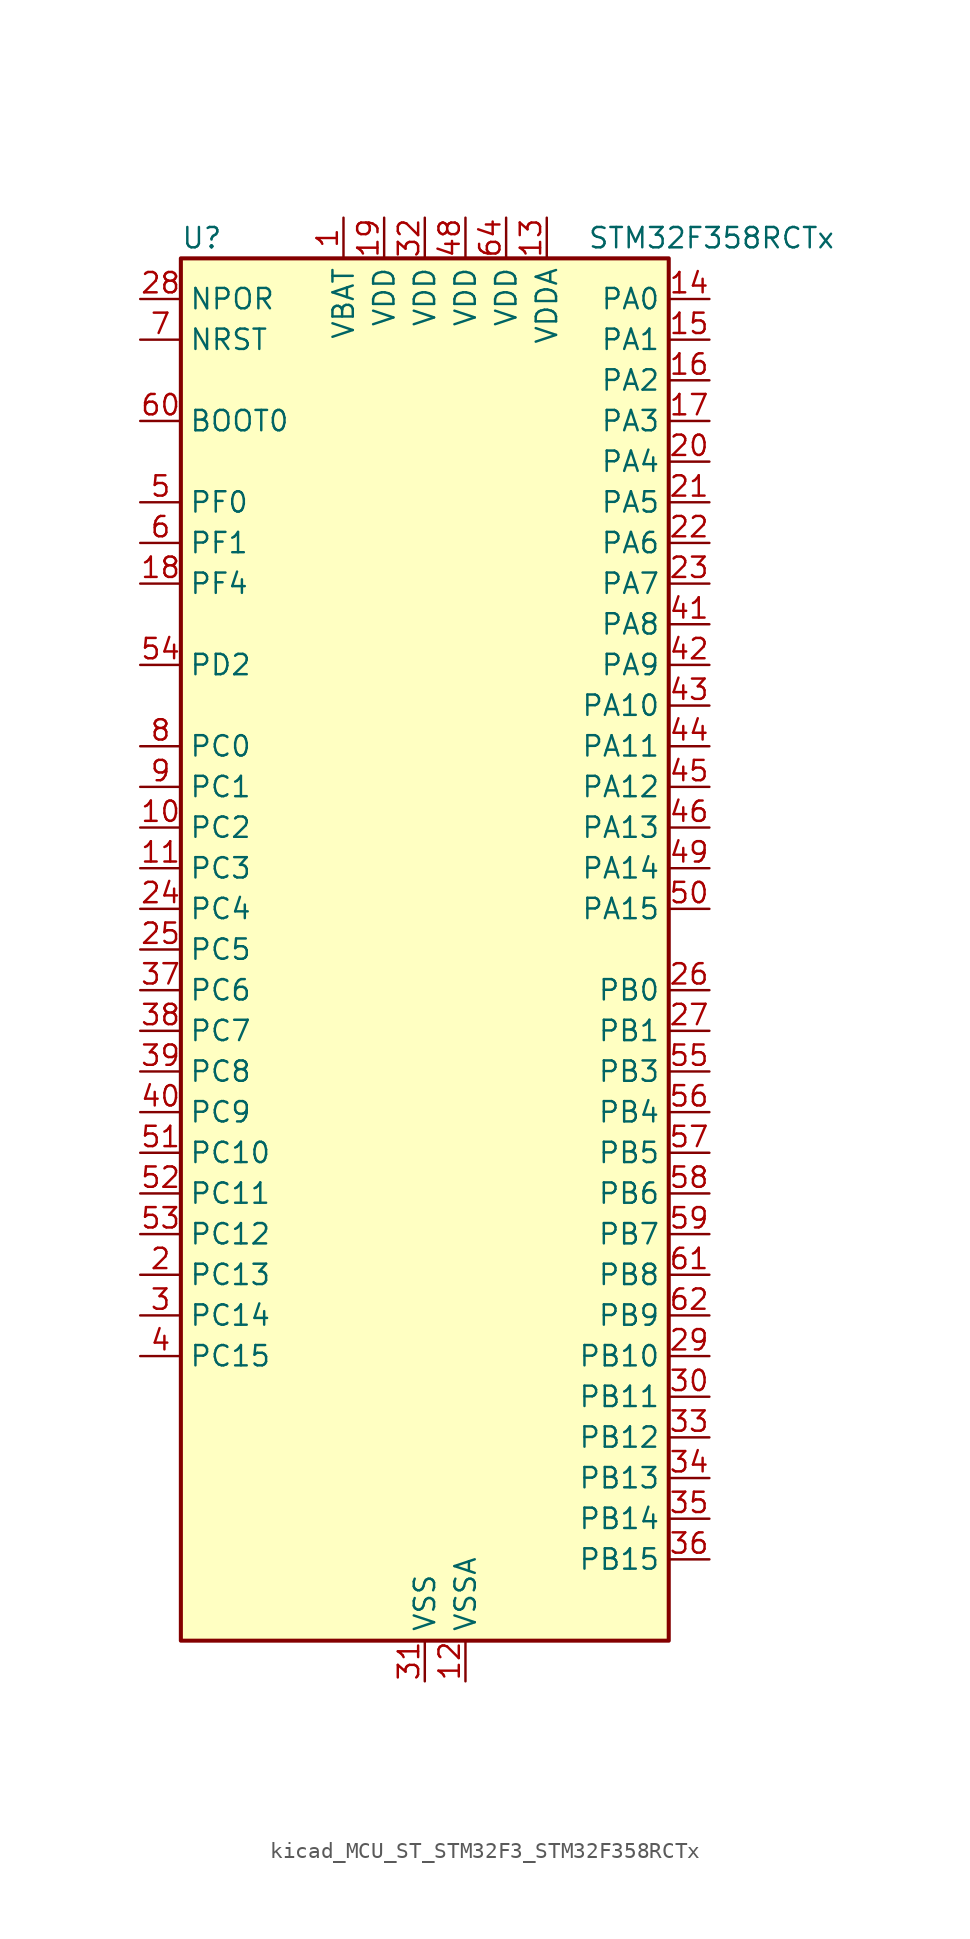
<source format=kicad_sym>
(kicad_symbol_lib
  (version 20220914)
  (generator kicad_symbol_editor)
  (symbol "kicad_MCU_ST_STM32F3_STM32F358RCTx"
    (property "Reference" "U"
      (at -15.24 44.45 0)
      (effects (font (size 1.27 1.27)) (justify left)))
    (property "Value" "STM32F358RCTx"
      (at 10.16 44.45 0)
      (effects (font (size 1.27 1.27)) (justify left)))
    (property "ki_locked" ""
      (at 0 0 0)
      (effects (font (size 1.27 1.27))))
    (symbol "kicad_MCU_ST_STM32F3_STM32F358RCTx_0_1"
      (rectangle (start -15.24 -43.18) (end 15.24 43.18) (stroke (width 0.254) (type default)) (fill (type background))))
    (symbol "kicad_MCU_ST_STM32F3_STM32F358RCTx_1_1"
      (pin power_in line (at -5.08 45.72 270) (length 2.54) (name "VBAT" (effects (font (size 1.27 1.27)))) (number "1" (effects (font (size 1.27 1.27)))))
      (pin bidirectional line (at -17.78 7.62 0) (length 2.54) (name "PC2" (effects (font (size 1.27 1.27)))) (number "10" (effects (font (size 1.27 1.27)))) (alternate "ADC1_IN8" bidirectional line) (alternate "ADC2_IN8" bidirectional line) (alternate "ADC3_EXTI2" bidirectional line) (alternate "ADC4_EXTI2" bidirectional line) (alternate "COMP7_OUT" bidirectional line))
      (pin bidirectional line (at -17.78 5.08 0) (length 2.54) (name "PC3" (effects (font (size 1.27 1.27)))) (number "11" (effects (font (size 1.27 1.27)))) (alternate "ADC1_IN9" bidirectional line) (alternate "ADC2_IN9" bidirectional line) (alternate "TIM1_BKIN2" bidirectional line))
      (pin power_in line (at 2.54 -45.72 90) (length 2.54) (name "VSSA" (effects (font (size 1.27 1.27)))) (number "12" (effects (font (size 1.27 1.27)))))
      (pin power_in line (at 7.62 45.72 270) (length 2.54) (name "VDDA" (effects (font (size 1.27 1.27)))) (number "13" (effects (font (size 1.27 1.27)))))
      (pin bidirectional line (at 17.78 40.64 180) (length 2.54) (name "PA0" (effects (font (size 1.27 1.27)))) (number "14" (effects (font (size 1.27 1.27)))) (alternate "ADC1_IN1" bidirectional line) (alternate "COMP1_INM" bidirectional line) (alternate "COMP1_OUT" bidirectional line) (alternate "COMP7_INP" bidirectional line) (alternate "RTC_TAMP2" bidirectional line) (alternate "SYS_WKUP1" bidirectional line) (alternate "TIM2_CH1" bidirectional line) (alternate "TIM2_ETR" bidirectional line) (alternate "TIM8_BKIN" bidirectional line) (alternate "TIM8_ETR" bidirectional line) (alternate "TSC_G1_IO1" bidirectional line) (alternate "USART2_CTS" bidirectional line))
      (pin bidirectional line (at 17.78 38.1 180) (length 2.54) (name "PA1" (effects (font (size 1.27 1.27)))) (number "15" (effects (font (size 1.27 1.27)))) (alternate "ADC1_IN2" bidirectional line) (alternate "COMP1_INP" bidirectional line) (alternate "OPAMP1_VINP" bidirectional line) (alternate "OPAMP1_VINP_SEC" bidirectional line) (alternate "OPAMP3_VINP" bidirectional line) (alternate "OPAMP3_VINP_SEC" bidirectional line) (alternate "RTC_REFIN" bidirectional line) (alternate "TIM15_CH1N" bidirectional line) (alternate "TIM2_CH2" bidirectional line) (alternate "TSC_G1_IO2" bidirectional line) (alternate "USART2_DE" bidirectional line) (alternate "USART2_RTS" bidirectional line))
      (pin bidirectional line (at 17.78 35.56 180) (length 2.54) (name "PA2" (effects (font (size 1.27 1.27)))) (number "16" (effects (font (size 1.27 1.27)))) (alternate "ADC1_IN3" bidirectional line) (alternate "ADC3_EXTI2" bidirectional line) (alternate "ADC4_EXTI2" bidirectional line) (alternate "COMP2_INM" bidirectional line) (alternate "COMP2_OUT" bidirectional line) (alternate "OPAMP1_VOUT" bidirectional line) (alternate "TIM15_CH1" bidirectional line) (alternate "TIM2_CH3" bidirectional line) (alternate "TSC_G1_IO3" bidirectional line) (alternate "USART2_TX" bidirectional line))
      (pin bidirectional line (at 17.78 33.02 180) (length 2.54) (name "PA3" (effects (font (size 1.27 1.27)))) (number "17" (effects (font (size 1.27 1.27)))) (alternate "ADC1_IN4" bidirectional line) (alternate "COMP2_INP" bidirectional line) (alternate "OPAMP1_VINM" bidirectional line) (alternate "OPAMP1_VINM_SEC" bidirectional line) (alternate "OPAMP1_VINP" bidirectional line) (alternate "OPAMP1_VINP_SEC" bidirectional line) (alternate "TIM15_CH2" bidirectional line) (alternate "TIM2_CH4" bidirectional line) (alternate "TSC_G1_IO4" bidirectional line) (alternate "USART2_RX" bidirectional line))
      (pin bidirectional line (at -17.78 22.86 0) (length 2.54) (name "PF4" (effects (font (size 1.27 1.27)))) (number "18" (effects (font (size 1.27 1.27)))) (alternate "ADC1_IN5" bidirectional line) (alternate "COMP1_OUT" bidirectional line))
      (pin power_in line (at -2.54 45.72 270) (length 2.54) (name "VDD" (effects (font (size 1.27 1.27)))) (number "19" (effects (font (size 1.27 1.27)))))
      (pin bidirectional line (at -17.78 -20.32 0) (length 2.54) (name "PC13" (effects (font (size 1.27 1.27)))) (number "2" (effects (font (size 1.27 1.27)))) (alternate "RTC_OUT_ALARM" bidirectional line) (alternate "RTC_OUT_CALIB" bidirectional line) (alternate "RTC_TAMP1" bidirectional line) (alternate "RTC_TS" bidirectional line) (alternate "SYS_WKUP2" bidirectional line) (alternate "TIM1_CH1N" bidirectional line))
      (pin bidirectional line (at 17.78 30.48 180) (length 2.54) (name "PA4" (effects (font (size 1.27 1.27)))) (number "20" (effects (font (size 1.27 1.27)))) (alternate "ADC2_IN1" bidirectional line) (alternate "COMP1_INM" bidirectional line) (alternate "COMP2_INM" bidirectional line) (alternate "COMP3_INM" bidirectional line) (alternate "COMP4_INM" bidirectional line) (alternate "COMP5_INM" bidirectional line) (alternate "COMP6_INM" bidirectional line) (alternate "COMP7_INM" bidirectional line) (alternate "DAC_OUT1" bidirectional line) (alternate "I2S3_WS" bidirectional line) (alternate "OPAMP4_VINP" bidirectional line) (alternate "OPAMP4_VINP_SEC" bidirectional line) (alternate "SPI1_NSS" bidirectional line) (alternate "SPI3_NSS" bidirectional line) (alternate "TIM3_CH2" bidirectional line) (alternate "TSC_G2_IO1" bidirectional line) (alternate "USART2_CK" bidirectional line))
      (pin bidirectional line (at 17.78 27.94 180) (length 2.54) (name "PA5" (effects (font (size 1.27 1.27)))) (number "21" (effects (font (size 1.27 1.27)))) (alternate "ADC2_IN2" bidirectional line) (alternate "COMP1_INM" bidirectional line) (alternate "COMP2_INM" bidirectional line) (alternate "COMP3_INM" bidirectional line) (alternate "COMP4_INM" bidirectional line) (alternate "COMP5_INM" bidirectional line) (alternate "COMP6_INM" bidirectional line) (alternate "COMP7_INM" bidirectional line) (alternate "DAC_OUT2" bidirectional line) (alternate "OPAMP1_VINP" bidirectional line) (alternate "OPAMP1_VINP_SEC" bidirectional line) (alternate "OPAMP2_VINM" bidirectional line) (alternate "OPAMP2_VINM_SEC" bidirectional line) (alternate "OPAMP3_VINP" bidirectional line) (alternate "OPAMP3_VINP_SEC" bidirectional line) (alternate "SPI1_SCK" bidirectional line) (alternate "TIM2_CH1" bidirectional line) (alternate "TIM2_ETR" bidirectional line) (alternate "TSC_G2_IO2" bidirectional line))
      (pin bidirectional line (at 17.78 25.4 180) (length 2.54) (name "PA6" (effects (font (size 1.27 1.27)))) (number "22" (effects (font (size 1.27 1.27)))) (alternate "ADC2_IN3" bidirectional line) (alternate "COMP1_OUT" bidirectional line) (alternate "OPAMP2_VOUT" bidirectional line) (alternate "SPI1_MISO" bidirectional line) (alternate "TIM16_CH1" bidirectional line) (alternate "TIM1_BKIN" bidirectional line) (alternate "TIM3_CH1" bidirectional line) (alternate "TIM8_BKIN" bidirectional line) (alternate "TSC_G2_IO3" bidirectional line))
      (pin bidirectional line (at 17.78 22.86 180) (length 2.54) (name "PA7" (effects (font (size 1.27 1.27)))) (number "23" (effects (font (size 1.27 1.27)))) (alternate "ADC2_IN4" bidirectional line) (alternate "COMP2_INP" bidirectional line) (alternate "COMP2_OUT" bidirectional line) (alternate "OPAMP1_VINP" bidirectional line) (alternate "OPAMP1_VINP_SEC" bidirectional line) (alternate "OPAMP2_VINP" bidirectional line) (alternate "OPAMP2_VINP_SEC" bidirectional line) (alternate "SPI1_MOSI" bidirectional line) (alternate "TIM17_CH1" bidirectional line) (alternate "TIM1_CH1N" bidirectional line) (alternate "TIM3_CH2" bidirectional line) (alternate "TIM8_CH1N" bidirectional line) (alternate "TSC_G2_IO4" bidirectional line))
      (pin bidirectional line (at -17.78 2.54 0) (length 2.54) (name "PC4" (effects (font (size 1.27 1.27)))) (number "24" (effects (font (size 1.27 1.27)))) (alternate "ADC2_IN5" bidirectional line) (alternate "USART1_TX" bidirectional line))
      (pin bidirectional line (at -17.78 0 0) (length 2.54) (name "PC5" (effects (font (size 1.27 1.27)))) (number "25" (effects (font (size 1.27 1.27)))) (alternate "ADC2_IN11" bidirectional line) (alternate "OPAMP1_VINM" bidirectional line) (alternate "OPAMP1_VINM_SEC" bidirectional line) (alternate "OPAMP2_VINM" bidirectional line) (alternate "OPAMP2_VINM_SEC" bidirectional line) (alternate "TSC_G3_IO1" bidirectional line) (alternate "USART1_RX" bidirectional line))
      (pin bidirectional line (at 17.78 -2.54 180) (length 2.54) (name "PB0" (effects (font (size 1.27 1.27)))) (number "26" (effects (font (size 1.27 1.27)))) (alternate "ADC3_IN12" bidirectional line) (alternate "COMP4_INP" bidirectional line) (alternate "OPAMP2_VINP" bidirectional line) (alternate "OPAMP2_VINP_SEC" bidirectional line) (alternate "OPAMP3_VINP" bidirectional line) (alternate "OPAMP3_VINP_SEC" bidirectional line) (alternate "TIM1_CH2N" bidirectional line) (alternate "TIM3_CH3" bidirectional line) (alternate "TIM8_CH2N" bidirectional line) (alternate "TSC_G3_IO2" bidirectional line))
      (pin bidirectional line (at 17.78 -5.08 180) (length 2.54) (name "PB1" (effects (font (size 1.27 1.27)))) (number "27" (effects (font (size 1.27 1.27)))) (alternate "ADC3_IN1" bidirectional line) (alternate "COMP4_OUT" bidirectional line) (alternate "OPAMP3_VOUT" bidirectional line) (alternate "TIM1_CH3N" bidirectional line) (alternate "TIM3_CH4" bidirectional line) (alternate "TIM8_CH3N" bidirectional line) (alternate "TSC_G3_IO3" bidirectional line))
      (pin input line (at -17.78 40.64 0) (length 2.54) (name "NPOR" (effects (font (size 1.27 1.27)))) (number "28" (effects (font (size 1.27 1.27)))))
      (pin bidirectional line (at 17.78 -25.4 180) (length 2.54) (name "PB10" (effects (font (size 1.27 1.27)))) (number "29" (effects (font (size 1.27 1.27)))) (alternate "COMP5_INM" bidirectional line) (alternate "OPAMP3_VINM" bidirectional line) (alternate "OPAMP3_VINM_SEC" bidirectional line) (alternate "OPAMP4_VINM" bidirectional line) (alternate "OPAMP4_VINM_SEC" bidirectional line) (alternate "TIM2_CH3" bidirectional line) (alternate "TSC_SYNC" bidirectional line) (alternate "USART3_TX" bidirectional line))
      (pin bidirectional line (at -17.78 -22.86 0) (length 2.54) (name "PC14" (effects (font (size 1.27 1.27)))) (number "3" (effects (font (size 1.27 1.27)))) (alternate "RCC_OSC32_IN" bidirectional line))
      (pin bidirectional line (at 17.78 -27.94 180) (length 2.54) (name "PB11" (effects (font (size 1.27 1.27)))) (number "30" (effects (font (size 1.27 1.27)))) (alternate "ADC1_EXTI11" bidirectional line) (alternate "ADC2_EXTI11" bidirectional line) (alternate "COMP6_INP" bidirectional line) (alternate "OPAMP4_VINP" bidirectional line) (alternate "OPAMP4_VINP_SEC" bidirectional line) (alternate "TIM2_CH4" bidirectional line) (alternate "TSC_G6_IO1" bidirectional line) (alternate "USART3_RX" bidirectional line))
      (pin power_in line (at 0 -45.72 90) (length 2.54) (name "VSS" (effects (font (size 1.27 1.27)))) (number "31" (effects (font (size 1.27 1.27)))))
      (pin power_in line (at 0 45.72 270) (length 2.54) (name "VDD" (effects (font (size 1.27 1.27)))) (number "32" (effects (font (size 1.27 1.27)))))
      (pin bidirectional line (at 17.78 -30.48 180) (length 2.54) (name "PB12" (effects (font (size 1.27 1.27)))) (number "33" (effects (font (size 1.27 1.27)))) (alternate "ADC4_IN3" bidirectional line) (alternate "COMP3_INM" bidirectional line) (alternate "I2C2_SMBA" bidirectional line) (alternate "I2S2_WS" bidirectional line) (alternate "OPAMP4_VOUT" bidirectional line) (alternate "SPI2_NSS" bidirectional line) (alternate "TIM1_BKIN" bidirectional line) (alternate "TSC_G6_IO2" bidirectional line) (alternate "USART3_CK" bidirectional line))
      (pin bidirectional line (at 17.78 -33.02 180) (length 2.54) (name "PB13" (effects (font (size 1.27 1.27)))) (number "34" (effects (font (size 1.27 1.27)))) (alternate "ADC3_IN5" bidirectional line) (alternate "COMP5_INP" bidirectional line) (alternate "I2S2_CK" bidirectional line) (alternate "OPAMP3_VINP" bidirectional line) (alternate "OPAMP3_VINP_SEC" bidirectional line) (alternate "OPAMP4_VINP" bidirectional line) (alternate "OPAMP4_VINP_SEC" bidirectional line) (alternate "SPI2_SCK" bidirectional line) (alternate "TIM1_CH1N" bidirectional line) (alternate "TSC_G6_IO3" bidirectional line) (alternate "USART3_CTS" bidirectional line))
      (pin bidirectional line (at 17.78 -35.56 180) (length 2.54) (name "PB14" (effects (font (size 1.27 1.27)))) (number "35" (effects (font (size 1.27 1.27)))) (alternate "ADC4_IN4" bidirectional line) (alternate "COMP3_INP" bidirectional line) (alternate "I2S2_ext_SD" bidirectional line) (alternate "OPAMP2_VINP" bidirectional line) (alternate "OPAMP2_VINP_SEC" bidirectional line) (alternate "SPI2_MISO" bidirectional line) (alternate "TIM15_CH1" bidirectional line) (alternate "TIM1_CH2N" bidirectional line) (alternate "TSC_G6_IO4" bidirectional line) (alternate "USART3_DE" bidirectional line) (alternate "USART3_RTS" bidirectional line))
      (pin bidirectional line (at 17.78 -38.1 180) (length 2.54) (name "PB15" (effects (font (size 1.27 1.27)))) (number "36" (effects (font (size 1.27 1.27)))) (alternate "ADC1_EXTI15" bidirectional line) (alternate "ADC2_EXTI15" bidirectional line) (alternate "ADC4_IN5" bidirectional line) (alternate "COMP6_INM" bidirectional line) (alternate "I2S2_SD" bidirectional line) (alternate "RTC_REFIN" bidirectional line) (alternate "SPI2_MOSI" bidirectional line) (alternate "TIM15_CH1N" bidirectional line) (alternate "TIM15_CH2" bidirectional line) (alternate "TIM1_CH3N" bidirectional line))
      (pin bidirectional line (at -17.78 -2.54 0) (length 2.54) (name "PC6" (effects (font (size 1.27 1.27)))) (number "37" (effects (font (size 1.27 1.27)))) (alternate "COMP6_OUT" bidirectional line) (alternate "I2S2_MCK" bidirectional line) (alternate "TIM3_CH1" bidirectional line) (alternate "TIM8_CH1" bidirectional line))
      (pin bidirectional line (at -17.78 -5.08 0) (length 2.54) (name "PC7" (effects (font (size 1.27 1.27)))) (number "38" (effects (font (size 1.27 1.27)))) (alternate "COMP5_OUT" bidirectional line) (alternate "I2S3_MCK" bidirectional line) (alternate "TIM3_CH2" bidirectional line) (alternate "TIM8_CH2" bidirectional line))
      (pin bidirectional line (at -17.78 -7.62 0) (length 2.54) (name "PC8" (effects (font (size 1.27 1.27)))) (number "39" (effects (font (size 1.27 1.27)))) (alternate "COMP3_OUT" bidirectional line) (alternate "TIM3_CH3" bidirectional line) (alternate "TIM8_CH3" bidirectional line))
      (pin bidirectional line (at -17.78 -25.4 0) (length 2.54) (name "PC15" (effects (font (size 1.27 1.27)))) (number "4" (effects (font (size 1.27 1.27)))) (alternate "ADC1_EXTI15" bidirectional line) (alternate "ADC2_EXTI15" bidirectional line) (alternate "RCC_OSC32_OUT" bidirectional line))
      (pin bidirectional line (at -17.78 -10.16 0) (length 2.54) (name "PC9" (effects (font (size 1.27 1.27)))) (number "40" (effects (font (size 1.27 1.27)))) (alternate "DAC_EXTI9" bidirectional line) (alternate "I2S_CKIN" bidirectional line) (alternate "TIM3_CH4" bidirectional line) (alternate "TIM8_BKIN2" bidirectional line) (alternate "TIM8_CH4" bidirectional line))
      (pin bidirectional line (at 17.78 20.32 180) (length 2.54) (name "PA8" (effects (font (size 1.27 1.27)))) (number "41" (effects (font (size 1.27 1.27)))) (alternate "COMP3_OUT" bidirectional line) (alternate "I2C2_SMBA" bidirectional line) (alternate "I2S2_MCK" bidirectional line) (alternate "RCC_MCO" bidirectional line) (alternate "TIM1_CH1" bidirectional line) (alternate "TIM4_ETR" bidirectional line) (alternate "USART1_CK" bidirectional line))
      (pin bidirectional line (at 17.78 17.78 180) (length 2.54) (name "PA9" (effects (font (size 1.27 1.27)))) (number "42" (effects (font (size 1.27 1.27)))) (alternate "COMP5_OUT" bidirectional line) (alternate "DAC_EXTI9" bidirectional line) (alternate "I2C2_SCL" bidirectional line) (alternate "I2S3_MCK" bidirectional line) (alternate "TIM15_BKIN" bidirectional line) (alternate "TIM1_CH2" bidirectional line) (alternate "TIM2_CH3" bidirectional line) (alternate "TSC_G4_IO1" bidirectional line) (alternate "USART1_TX" bidirectional line))
      (pin bidirectional line (at 17.78 15.24 180) (length 2.54) (name "PA10" (effects (font (size 1.27 1.27)))) (number "43" (effects (font (size 1.27 1.27)))) (alternate "COMP6_OUT" bidirectional line) (alternate "I2C2_SDA" bidirectional line) (alternate "TIM17_BKIN" bidirectional line) (alternate "TIM1_CH3" bidirectional line) (alternate "TIM2_CH4" bidirectional line) (alternate "TIM8_BKIN" bidirectional line) (alternate "TSC_G4_IO2" bidirectional line) (alternate "USART1_RX" bidirectional line))
      (pin bidirectional line (at 17.78 12.7 180) (length 2.54) (name "PA11" (effects (font (size 1.27 1.27)))) (number "44" (effects (font (size 1.27 1.27)))) (alternate "ADC1_EXTI11" bidirectional line) (alternate "ADC2_EXTI11" bidirectional line) (alternate "CAN_RX" bidirectional line) (alternate "COMP1_OUT" bidirectional line) (alternate "TIM1_BKIN2" bidirectional line) (alternate "TIM1_CH1N" bidirectional line) (alternate "TIM1_CH4" bidirectional line) (alternate "TIM4_CH1" bidirectional line) (alternate "USART1_CTS" bidirectional line))
      (pin bidirectional line (at 17.78 10.16 180) (length 2.54) (name "PA12" (effects (font (size 1.27 1.27)))) (number "45" (effects (font (size 1.27 1.27)))) (alternate "CAN_TX" bidirectional line) (alternate "COMP2_OUT" bidirectional line) (alternate "TIM16_CH1" bidirectional line) (alternate "TIM1_CH2N" bidirectional line) (alternate "TIM1_ETR" bidirectional line) (alternate "TIM4_CH2" bidirectional line) (alternate "USART1_DE" bidirectional line) (alternate "USART1_RTS" bidirectional line))
      (pin bidirectional line (at 17.78 7.62 180) (length 2.54) (name "PA13" (effects (font (size 1.27 1.27)))) (number "46" (effects (font (size 1.27 1.27)))) (alternate "IR_OUT" bidirectional line) (alternate "SYS_JTMS-SWDIO" bidirectional line) (alternate "TIM16_CH1N" bidirectional line) (alternate "TIM4_CH3" bidirectional line) (alternate "TSC_G4_IO3" bidirectional line) (alternate "USART3_CTS" bidirectional line))
      (pin passive line (at 0 -45.72 90) (length 2.54) hide (name "VSS" (effects (font (size 1.27 1.27)))) (number "47" (effects (font (size 1.27 1.27)))))
      (pin power_in line (at 2.54 45.72 270) (length 2.54) (name "VDD" (effects (font (size 1.27 1.27)))) (number "48" (effects (font (size 1.27 1.27)))))
      (pin bidirectional line (at 17.78 5.08 180) (length 2.54) (name "PA14" (effects (font (size 1.27 1.27)))) (number "49" (effects (font (size 1.27 1.27)))) (alternate "I2C1_SDA" bidirectional line) (alternate "SYS_JTCK-SWCLK" bidirectional line) (alternate "TIM1_BKIN" bidirectional line) (alternate "TIM8_CH2" bidirectional line) (alternate "TSC_G4_IO4" bidirectional line) (alternate "USART2_TX" bidirectional line))
      (pin bidirectional line (at -17.78 27.94 0) (length 2.54) (name "PF0" (effects (font (size 1.27 1.27)))) (number "5" (effects (font (size 1.27 1.27)))) (alternate "I2C2_SDA" bidirectional line) (alternate "RCC_OSC_IN" bidirectional line) (alternate "TIM1_CH3N" bidirectional line))
      (pin bidirectional line (at 17.78 2.54 180) (length 2.54) (name "PA15" (effects (font (size 1.27 1.27)))) (number "50" (effects (font (size 1.27 1.27)))) (alternate "ADC1_EXTI15" bidirectional line) (alternate "ADC2_EXTI15" bidirectional line) (alternate "I2C1_SCL" bidirectional line) (alternate "I2S3_WS" bidirectional line) (alternate "SPI1_NSS" bidirectional line) (alternate "SPI3_NSS" bidirectional line) (alternate "SYS_JTDI" bidirectional line) (alternate "TIM1_BKIN" bidirectional line) (alternate "TIM2_CH1" bidirectional line) (alternate "TIM2_ETR" bidirectional line) (alternate "TIM8_CH1" bidirectional line) (alternate "USART2_RX" bidirectional line))
      (pin bidirectional line (at -17.78 -12.7 0) (length 2.54) (name "PC10" (effects (font (size 1.27 1.27)))) (number "51" (effects (font (size 1.27 1.27)))) (alternate "I2S3_CK" bidirectional line) (alternate "SPI3_SCK" bidirectional line) (alternate "TIM8_CH1N" bidirectional line) (alternate "UART4_TX" bidirectional line) (alternate "USART3_TX" bidirectional line))
      (pin bidirectional line (at -17.78 -15.24 0) (length 2.54) (name "PC11" (effects (font (size 1.27 1.27)))) (number "52" (effects (font (size 1.27 1.27)))) (alternate "ADC1_EXTI11" bidirectional line) (alternate "ADC2_EXTI11" bidirectional line) (alternate "I2S3_ext_SD" bidirectional line) (alternate "SPI3_MISO" bidirectional line) (alternate "TIM8_CH2N" bidirectional line) (alternate "UART4_RX" bidirectional line) (alternate "USART3_RX" bidirectional line))
      (pin bidirectional line (at -17.78 -17.78 0) (length 2.54) (name "PC12" (effects (font (size 1.27 1.27)))) (number "53" (effects (font (size 1.27 1.27)))) (alternate "I2S3_SD" bidirectional line) (alternate "SPI3_MOSI" bidirectional line) (alternate "TIM8_CH3N" bidirectional line) (alternate "UART5_TX" bidirectional line) (alternate "USART3_CK" bidirectional line))
      (pin bidirectional line (at -17.78 17.78 0) (length 2.54) (name "PD2" (effects (font (size 1.27 1.27)))) (number "54" (effects (font (size 1.27 1.27)))) (alternate "ADC3_EXTI2" bidirectional line) (alternate "ADC4_EXTI2" bidirectional line) (alternate "TIM3_ETR" bidirectional line) (alternate "TIM8_BKIN" bidirectional line) (alternate "UART5_RX" bidirectional line))
      (pin bidirectional line (at 17.78 -7.62 180) (length 2.54) (name "PB3" (effects (font (size 1.27 1.27)))) (number "55" (effects (font (size 1.27 1.27)))) (alternate "I2S3_CK" bidirectional line) (alternate "SPI1_SCK" bidirectional line) (alternate "SPI3_SCK" bidirectional line) (alternate "SYS_JTDO-TRACESWO" bidirectional line) (alternate "TIM2_CH2" bidirectional line) (alternate "TIM3_ETR" bidirectional line) (alternate "TIM4_ETR" bidirectional line) (alternate "TIM8_CH1N" bidirectional line) (alternate "TSC_G5_IO1" bidirectional line) (alternate "USART2_TX" bidirectional line))
      (pin bidirectional line (at 17.78 -10.16 180) (length 2.54) (name "PB4" (effects (font (size 1.27 1.27)))) (number "56" (effects (font (size 1.27 1.27)))) (alternate "I2S3_ext_SD" bidirectional line) (alternate "SPI1_MISO" bidirectional line) (alternate "SPI3_MISO" bidirectional line) (alternate "SYS_NJTRST" bidirectional line) (alternate "TIM16_CH1" bidirectional line) (alternate "TIM17_BKIN" bidirectional line) (alternate "TIM3_CH1" bidirectional line) (alternate "TIM8_CH2N" bidirectional line) (alternate "TSC_G5_IO2" bidirectional line) (alternate "USART2_RX" bidirectional line))
      (pin bidirectional line (at 17.78 -12.7 180) (length 2.54) (name "PB5" (effects (font (size 1.27 1.27)))) (number "57" (effects (font (size 1.27 1.27)))) (alternate "I2C1_SMBA" bidirectional line) (alternate "I2S3_SD" bidirectional line) (alternate "SPI1_MOSI" bidirectional line) (alternate "SPI3_MOSI" bidirectional line) (alternate "TIM16_BKIN" bidirectional line) (alternate "TIM17_CH1" bidirectional line) (alternate "TIM3_CH2" bidirectional line) (alternate "TIM8_CH3N" bidirectional line) (alternate "USART2_CK" bidirectional line))
      (pin bidirectional line (at 17.78 -15.24 180) (length 2.54) (name "PB6" (effects (font (size 1.27 1.27)))) (number "58" (effects (font (size 1.27 1.27)))) (alternate "I2C1_SCL" bidirectional line) (alternate "TIM16_CH1N" bidirectional line) (alternate "TIM4_CH1" bidirectional line) (alternate "TIM8_BKIN2" bidirectional line) (alternate "TIM8_CH1" bidirectional line) (alternate "TIM8_ETR" bidirectional line) (alternate "TSC_G5_IO3" bidirectional line) (alternate "USART1_TX" bidirectional line))
      (pin bidirectional line (at 17.78 -17.78 180) (length 2.54) (name "PB7" (effects (font (size 1.27 1.27)))) (number "59" (effects (font (size 1.27 1.27)))) (alternate "I2C1_SDA" bidirectional line) (alternate "TIM17_CH1N" bidirectional line) (alternate "TIM3_CH4" bidirectional line) (alternate "TIM4_CH2" bidirectional line) (alternate "TIM8_BKIN" bidirectional line) (alternate "TSC_G5_IO4" bidirectional line) (alternate "USART1_RX" bidirectional line))
      (pin bidirectional line (at -17.78 25.4 0) (length 2.54) (name "PF1" (effects (font (size 1.27 1.27)))) (number "6" (effects (font (size 1.27 1.27)))) (alternate "I2C2_SCL" bidirectional line) (alternate "RCC_OSC_OUT" bidirectional line))
      (pin input line (at -17.78 33.02 0) (length 2.54) (name "BOOT0" (effects (font (size 1.27 1.27)))) (number "60" (effects (font (size 1.27 1.27)))))
      (pin bidirectional line (at 17.78 -20.32 180) (length 2.54) (name "PB8" (effects (font (size 1.27 1.27)))) (number "61" (effects (font (size 1.27 1.27)))) (alternate "CAN_RX" bidirectional line) (alternate "COMP1_OUT" bidirectional line) (alternate "I2C1_SCL" bidirectional line) (alternate "TIM16_CH1" bidirectional line) (alternate "TIM1_BKIN" bidirectional line) (alternate "TIM4_CH3" bidirectional line) (alternate "TIM8_CH2" bidirectional line) (alternate "TSC_SYNC" bidirectional line))
      (pin bidirectional line (at 17.78 -22.86 180) (length 2.54) (name "PB9" (effects (font (size 1.27 1.27)))) (number "62" (effects (font (size 1.27 1.27)))) (alternate "CAN_TX" bidirectional line) (alternate "COMP2_OUT" bidirectional line) (alternate "DAC_EXTI9" bidirectional line) (alternate "I2C1_SDA" bidirectional line) (alternate "IR_OUT" bidirectional line) (alternate "TIM17_CH1" bidirectional line) (alternate "TIM4_CH4" bidirectional line) (alternate "TIM8_CH3" bidirectional line))
      (pin passive line (at 0 -45.72 90) (length 2.54) hide (name "VSS" (effects (font (size 1.27 1.27)))) (number "63" (effects (font (size 1.27 1.27)))))
      (pin power_in line (at 5.08 45.72 270) (length 2.54) (name "VDD" (effects (font (size 1.27 1.27)))) (number "64" (effects (font (size 1.27 1.27)))))
      (pin input line (at -17.78 38.1 0) (length 2.54) (name "NRST" (effects (font (size 1.27 1.27)))) (number "7" (effects (font (size 1.27 1.27)))))
      (pin bidirectional line (at -17.78 12.7 0) (length 2.54) (name "PC0" (effects (font (size 1.27 1.27)))) (number "8" (effects (font (size 1.27 1.27)))) (alternate "ADC1_IN6" bidirectional line) (alternate "ADC2_IN6" bidirectional line) (alternate "COMP7_INM" bidirectional line))
      (pin bidirectional line (at -17.78 10.16 0) (length 2.54) (name "PC1" (effects (font (size 1.27 1.27)))) (number "9" (effects (font (size 1.27 1.27)))) (alternate "ADC1_IN7" bidirectional line) (alternate "ADC2_IN7" bidirectional line) (alternate "COMP7_INP" bidirectional line)))))
</source>
